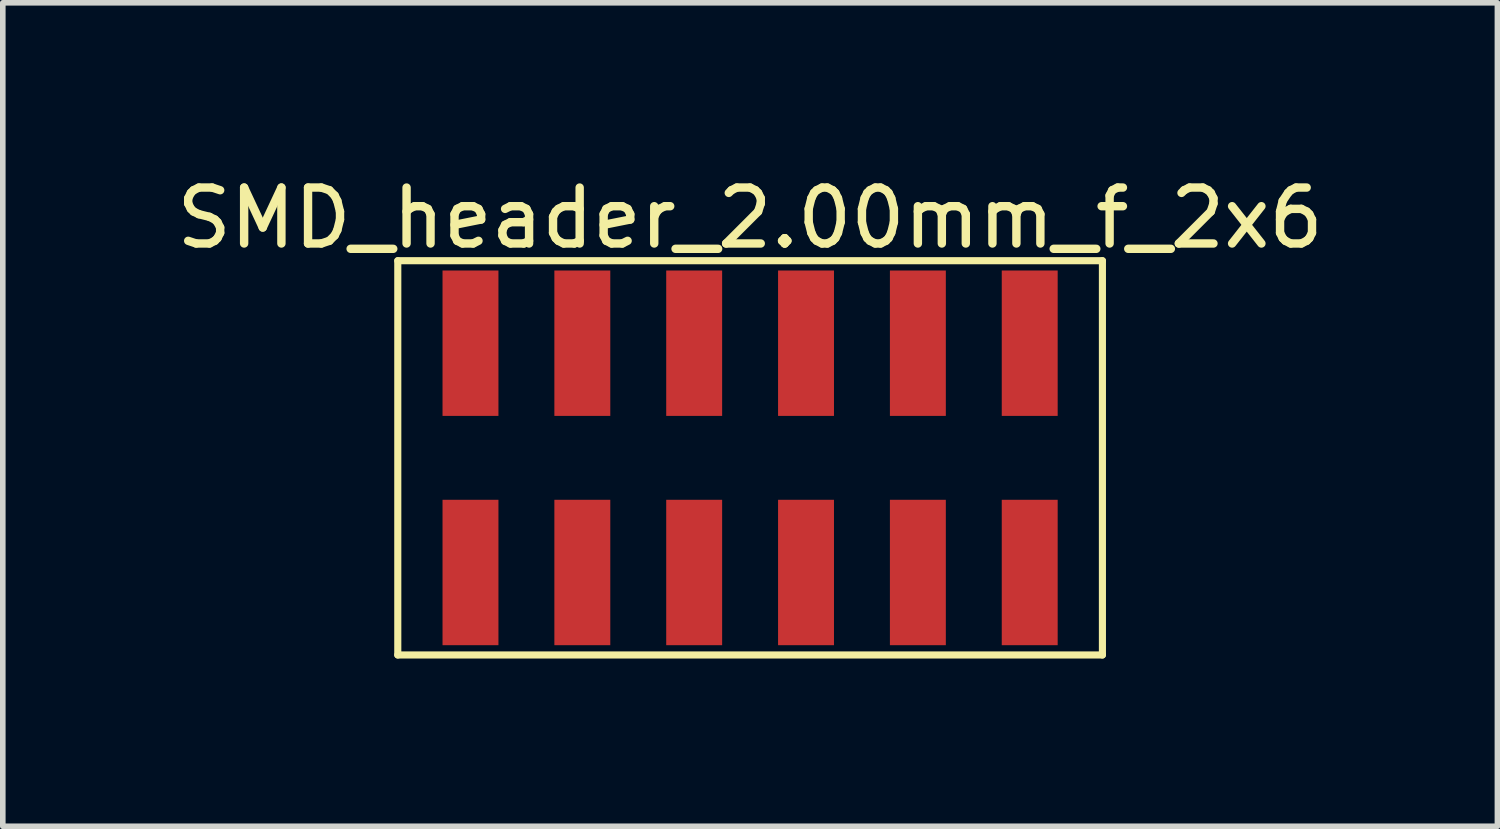
<source format=kicad_pcb>
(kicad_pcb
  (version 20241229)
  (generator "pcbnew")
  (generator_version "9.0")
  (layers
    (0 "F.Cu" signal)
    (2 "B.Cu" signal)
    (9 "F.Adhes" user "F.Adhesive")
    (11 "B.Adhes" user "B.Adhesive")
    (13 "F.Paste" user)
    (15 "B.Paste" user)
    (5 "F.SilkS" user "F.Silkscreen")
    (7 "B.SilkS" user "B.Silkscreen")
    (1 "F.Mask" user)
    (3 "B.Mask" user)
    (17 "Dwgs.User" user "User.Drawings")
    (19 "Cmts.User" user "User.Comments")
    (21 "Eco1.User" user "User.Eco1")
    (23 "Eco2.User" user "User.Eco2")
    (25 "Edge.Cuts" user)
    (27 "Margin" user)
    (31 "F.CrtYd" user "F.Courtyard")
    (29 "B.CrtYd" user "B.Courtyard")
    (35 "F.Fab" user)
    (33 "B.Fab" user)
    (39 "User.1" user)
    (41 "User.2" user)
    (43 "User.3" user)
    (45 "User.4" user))
  (footprint "SMD_header_2.00mm_f_2x6"
    (layer "F.Cu")
    (at 10.363 5.137)
    (property "Reference" "SMD_header_2.00mm_f_2x6" (at 0 -4.288 0) (layer "F.SilkS") (effects (font (size 1 1) (thickness 0.15))))
    (fp_line (start -6.3 -3.525) (end 6.3 -3.525) (stroke (width 0.127) (type solid)) (layer "F.SilkS"))
    (fp_line (start -6.3 3.525) (end -6.3 -3.525) (stroke (width 0.127) (type solid)) (layer "F.SilkS"))
    (fp_line (start -6.3 3.525) (end 6.3 3.525) (stroke (width 0.127) (type solid)) (layer "F.SilkS"))
    (fp_line (start 6.3 3.525) (end 6.3 -3.525) (stroke (width 0.127) (type solid)) (layer "F.SilkS"))
    (pad "1" smd rect (at 5 -2.05 180) (size 1 2.6) (layers "F.Cu" "F.Mask" "F.Paste"))
    (pad "2" smd rect (at 5 2.05 180) (size 1 2.6) (layers "F.Cu" "F.Mask" "F.Paste"))
    (pad "3" smd rect (at 3 -2.05 180) (size 1 2.6) (layers "F.Cu" "F.Mask" "F.Paste"))
    (pad "4" smd rect (at 3 2.05 180) (size 1 2.6) (layers "F.Cu" "F.Mask" "F.Paste"))
    (pad "5" smd rect (at 1 -2.05 180) (size 1 2.6) (layers "F.Cu" "F.Mask" "F.Paste"))
    (pad "6" smd rect (at 1 2.05 180) (size 1 2.6) (layers "F.Cu" "F.Mask" "F.Paste"))
    (pad "7" smd rect (at -1 -2.05 180) (size 1 2.6) (layers "F.Cu" "F.Mask" "F.Paste"))
    (pad "8" smd rect (at -1 2.05 180) (size 1 2.6) (layers "F.Cu" "F.Mask" "F.Paste"))
    (pad "9" smd rect (at -3 -2.05 180) (size 1 2.6) (layers "F.Cu" "F.Mask" "F.Paste"))
    (pad "10" smd rect (at -3 2.05 180) (size 1 2.6) (layers "F.Cu" "F.Mask" "F.Paste"))
    (pad "11" smd rect (at -5 -2.05 180) (size 1 2.6) (layers "F.Cu" "F.Mask" "F.Paste"))
    (pad "12" smd rect (at -5 2.05 180) (size 1 2.6) (layers "F.Cu" "F.Mask" "F.Paste")))
  (gr_rect
    (start -3 -3)
    (end 23.726 11.725)
    (stroke (width 0.1) (type default))
    (fill no)
    (layer "Edge.Cuts")))
</source>
